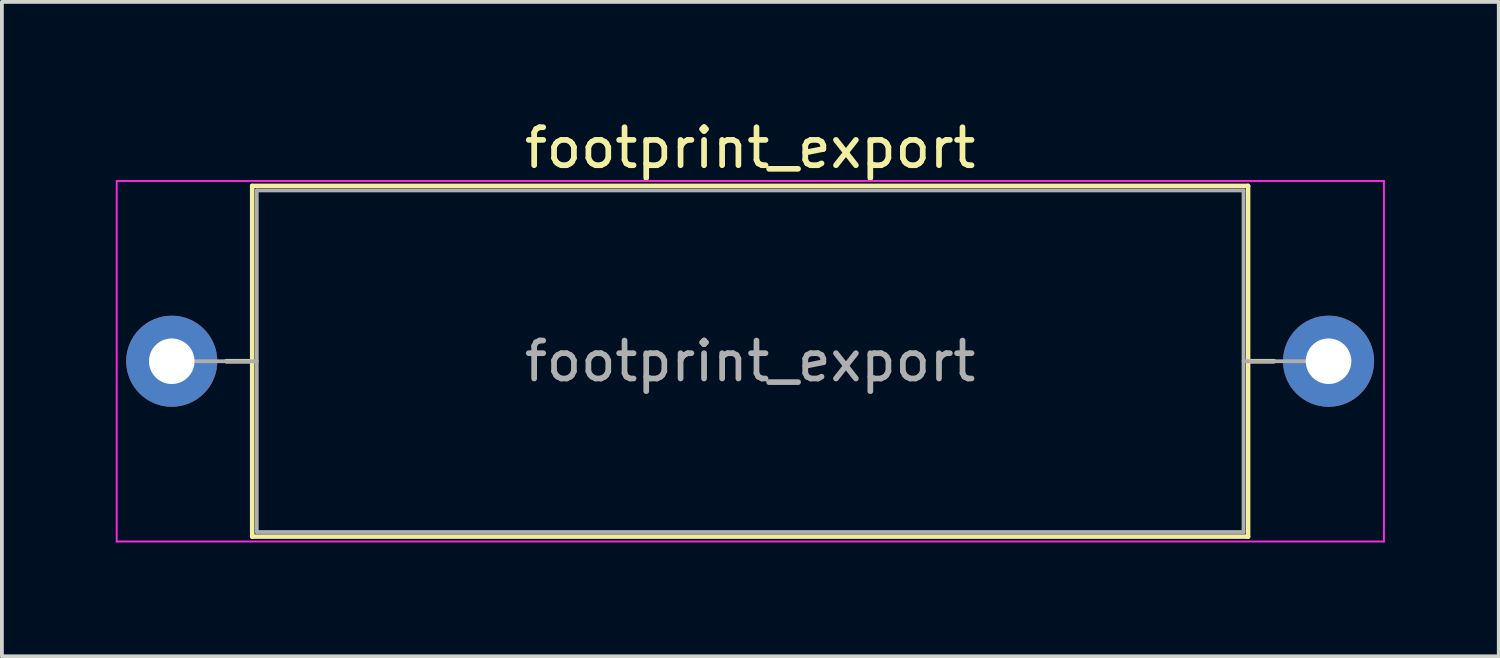
<source format=kicad_pcb>
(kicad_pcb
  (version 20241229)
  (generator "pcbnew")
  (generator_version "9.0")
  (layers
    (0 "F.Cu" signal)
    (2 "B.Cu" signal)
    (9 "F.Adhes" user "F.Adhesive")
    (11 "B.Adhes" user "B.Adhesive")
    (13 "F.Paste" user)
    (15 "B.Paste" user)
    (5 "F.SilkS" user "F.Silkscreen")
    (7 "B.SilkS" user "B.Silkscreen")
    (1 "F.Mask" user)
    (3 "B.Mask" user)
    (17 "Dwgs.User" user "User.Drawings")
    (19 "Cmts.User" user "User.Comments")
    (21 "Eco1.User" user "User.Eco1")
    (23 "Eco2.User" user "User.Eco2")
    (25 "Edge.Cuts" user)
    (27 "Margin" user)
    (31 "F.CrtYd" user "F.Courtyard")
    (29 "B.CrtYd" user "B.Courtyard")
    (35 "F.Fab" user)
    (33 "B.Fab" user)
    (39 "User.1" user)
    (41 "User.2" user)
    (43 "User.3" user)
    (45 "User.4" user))
  (footprint "footprint_export"
    (layer "F.Cu")
    (at 1.475 6.468)
    (property "Reference" "footprint_export" (at 15.24 -5.62 0) (layer "F.SilkS") (effects (font (size 1 1) (thickness 0.15))))
    (attr through_hole)
    (fp_line (start 1.44 0) (end 2.12 0) (stroke (width 0.12) (type solid)) (layer "F.SilkS"))
    (fp_line (start 2.12 -4.62) (end 2.12 4.62) (stroke (width 0.12) (type solid)) (layer "F.SilkS"))
    (fp_line (start 2.12 4.62) (end 28.36 4.62) (stroke (width 0.12) (type solid)) (layer "F.SilkS"))
    (fp_line (start 28.36 -4.62) (end 2.12 -4.62) (stroke (width 0.12) (type solid)) (layer "F.SilkS"))
    (fp_line (start 28.36 4.62) (end 28.36 -4.62) (stroke (width 0.12) (type solid)) (layer "F.SilkS"))
    (fp_line (start 29.04 0) (end 28.36 0) (stroke (width 0.12) (type solid)) (layer "F.SilkS"))
    (fp_line (start -1.45 -4.75) (end -1.45 4.75) (stroke (width 0.05) (type solid)) (layer "F.CrtYd"))
    (fp_line (start -1.45 4.75) (end 31.94 4.75) (stroke (width 0.05) (type solid)) (layer "F.CrtYd"))
    (fp_line (start 31.94 -4.75) (end -1.45 -4.75) (stroke (width 0.05) (type solid)) (layer "F.CrtYd"))
    (fp_line (start 31.94 4.75) (end 31.94 -4.75) (stroke (width 0.05) (type solid)) (layer "F.CrtYd"))
    (fp_line (start 0 0) (end 2.24 0) (stroke (width 0.1) (type solid)) (layer "F.Fab"))
    (fp_line (start 2.24 -4.5) (end 2.24 4.5) (stroke (width 0.1) (type solid)) (layer "F.Fab"))
    (fp_line (start 2.24 4.5) (end 28.24 4.5) (stroke (width 0.1) (type solid)) (layer "F.Fab"))
    (fp_line (start 28.24 -4.5) (end 2.24 -4.5) (stroke (width 0.1) (type solid)) (layer "F.Fab"))
    (fp_line (start 28.24 4.5) (end 28.24 -4.5) (stroke (width 0.1) (type solid)) (layer "F.Fab"))
    (fp_line (start 30.48 0) (end 28.24 0) (stroke (width 0.1) (type solid)) (layer "F.Fab"))
    (fp_text user "${REFERENCE}" (at 15.24 0 0) (layer "F.Fab") (effects (font (size 1 1) (thickness 0.15))))
    (pad "1" thru_hole circle (at 0 0) (size 2.4 2.4) (drill 1.2) (layers "*.Cu" "*.Mask"))
    (pad "2" thru_hole oval (at 30.48 0) (size 2.4 2.4) (drill 1.2) (layers "*.Cu" "*.Mask")))
  (gr_rect
    (start -3 -3)
    (end 36.44 14.243)
    (stroke (width 0.1) (type default))
    (fill no)
    (layer "Edge.Cuts")))
</source>
